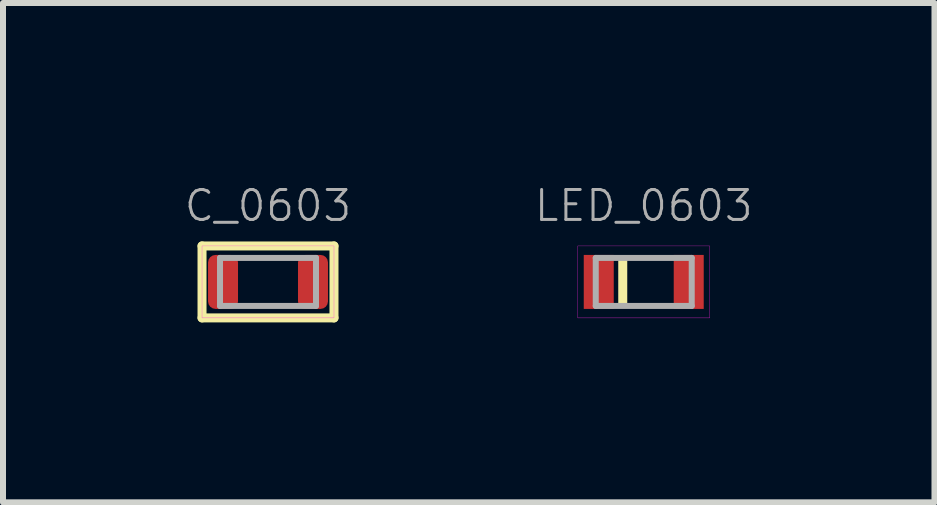
<source format=kicad_pcb>
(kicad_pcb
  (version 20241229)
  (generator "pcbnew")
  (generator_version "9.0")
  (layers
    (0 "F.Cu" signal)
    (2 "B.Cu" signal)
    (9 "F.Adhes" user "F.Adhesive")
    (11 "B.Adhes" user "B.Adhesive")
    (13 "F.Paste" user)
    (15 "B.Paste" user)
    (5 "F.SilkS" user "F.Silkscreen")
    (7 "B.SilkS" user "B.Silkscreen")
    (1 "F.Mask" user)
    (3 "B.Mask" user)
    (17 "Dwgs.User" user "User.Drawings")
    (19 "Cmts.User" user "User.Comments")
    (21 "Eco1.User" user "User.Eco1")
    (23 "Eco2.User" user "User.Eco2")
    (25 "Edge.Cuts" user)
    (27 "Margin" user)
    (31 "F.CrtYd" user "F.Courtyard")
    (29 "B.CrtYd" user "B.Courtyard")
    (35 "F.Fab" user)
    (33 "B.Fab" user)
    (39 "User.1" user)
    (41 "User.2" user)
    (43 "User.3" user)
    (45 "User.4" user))
  (footprint "LED_0603"
    (layer "F.Cu")
    (at 7.682 1.65)
    (property "Reference" "LED_0603" (at 0 -1.27 0) (layer "F.Fab") (effects (font (size 0.5 0.5) (thickness 0.05))))
    (attr smd)
    (fp_line (start -0.35 -0.35) (end -0.35 0.35) (stroke (width 0.15) (type solid)) (layer "F.SilkS"))
    (fp_rect (start -1.1 -0.6) (end 1.1 0.6) (stroke (width 0.005) (type solid)) (fill no) (layer "F.CrtYd"))
    (fp_line (start -0.8 -0.4) (end 0.8 -0.4) (stroke (width 0.1) (type solid)) (layer "F.Fab"))
    (fp_line (start -0.8 0.4) (end -0.8 -0.4) (stroke (width 0.1) (type solid)) (layer "F.Fab"))
    (fp_line (start 0.8 -0.4) (end 0.8 0.4) (stroke (width 0.1) (type solid)) (layer "F.Fab"))
    (fp_line (start 0.8 0.4) (end -0.8 0.4) (stroke (width 0.1) (type solid)) (layer "F.Fab"))
    (pad "1" smd rect (at -0.75 0) (size 0.5 0.9) (layers "F.Cu" "F.Mask" "F.Paste"))
    (pad "2" smd rect (at 0.75 0) (size 0.5 0.9) (layers "F.Cu" "F.Mask" "F.Paste")))
  (footprint "C_0603"
    (layer "F.Cu")
    (at 1.418 1.65)
    (property "Reference" "C_0603" (at 0 -1.27 0) (layer "F.Fab") (effects (font (size 0.5 0.5) (thickness 0.05))))
    (attr smd)
    (fp_line (start -1.1 -0.6) (end -1.1 0.6) (stroke (width 0.15) (type solid)) (layer "F.SilkS"))
    (fp_line (start -1.1 0.6) (end 1.1 0.6) (stroke (width 0.15) (type solid)) (layer "F.SilkS"))
    (fp_line (start 1.1 -0.6) (end -1.1 -0.6) (stroke (width 0.15) (type solid)) (layer "F.SilkS"))
    (fp_line (start 1.1 0.6) (end 1.1 -0.6) (stroke (width 0.15) (type solid)) (layer "F.SilkS"))
    (fp_rect (start -1.1 -0.6) (end 1.1 0.6) (stroke (width 0.005) (type solid)) (fill no) (layer "F.CrtYd"))
    (fp_line (start -0.8 -0.4) (end 0.8 -0.4) (stroke (width 0.1) (type solid)) (layer "F.Fab"))
    (fp_line (start -0.8 0.4) (end -0.8 -0.4) (stroke (width 0.1) (type solid)) (layer "F.Fab"))
    (fp_line (start 0.8 -0.4) (end 0.8 0.4) (stroke (width 0.1) (type solid)) (layer "F.Fab"))
    (fp_line (start 0.8 0.4) (end -0.8 0.4) (stroke (width 0.1) (type solid)) (layer "F.Fab"))
    (pad "1" smd roundrect (at -0.75 0) (size 0.5 0.9) (layers "F.Cu" "F.Mask" "F.Paste") (roundrect_rratio 0.25))
    (pad "2" smd roundrect (at 0.75 0) (size 0.5 0.9) (layers "F.Cu" "F.Mask" "F.Paste") (roundrect_rratio 0.25)))
  (gr_rect
    (start -3 -3)
    (end 12.529 5.325)
    (stroke (width 0.1) (type default))
    (fill no)
    (layer "Edge.Cuts")))
</source>
